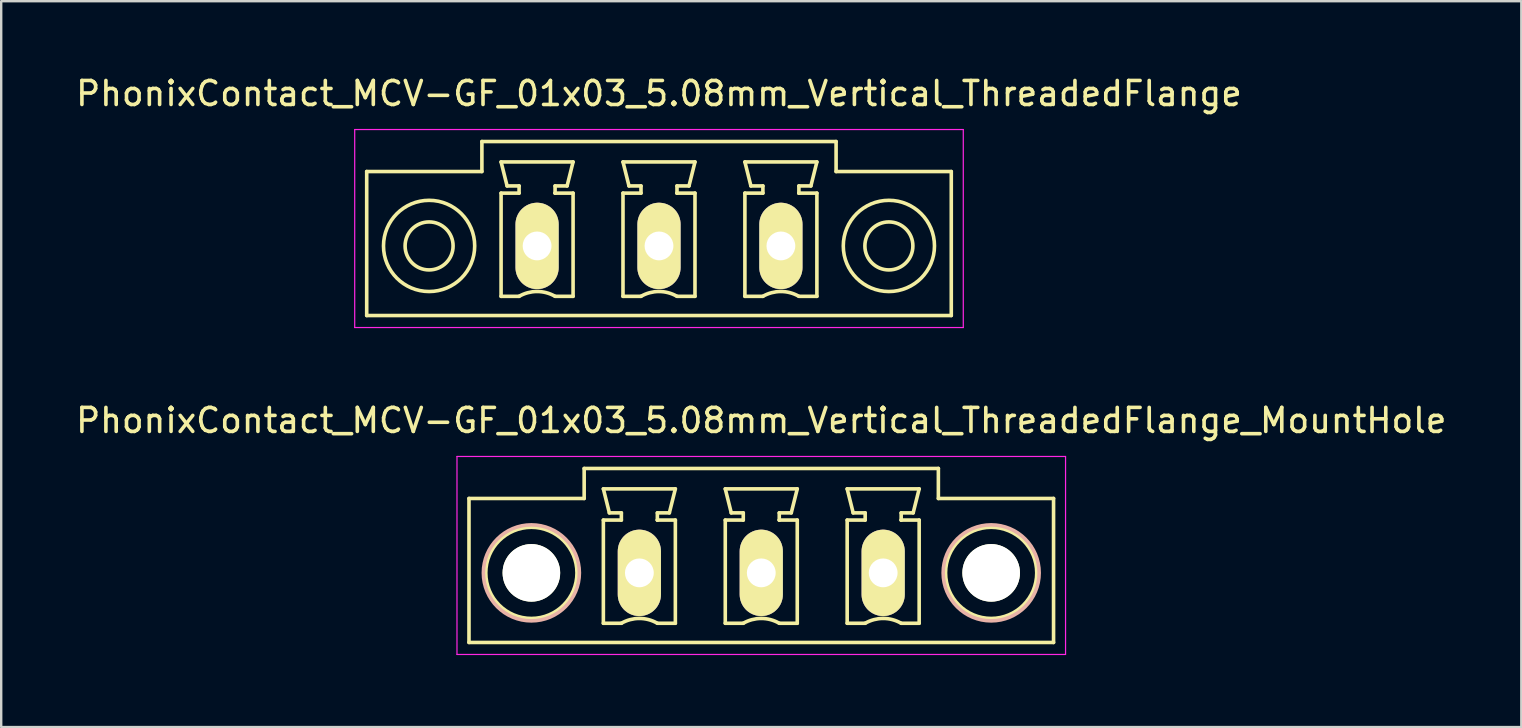
<source format=kicad_pcb>
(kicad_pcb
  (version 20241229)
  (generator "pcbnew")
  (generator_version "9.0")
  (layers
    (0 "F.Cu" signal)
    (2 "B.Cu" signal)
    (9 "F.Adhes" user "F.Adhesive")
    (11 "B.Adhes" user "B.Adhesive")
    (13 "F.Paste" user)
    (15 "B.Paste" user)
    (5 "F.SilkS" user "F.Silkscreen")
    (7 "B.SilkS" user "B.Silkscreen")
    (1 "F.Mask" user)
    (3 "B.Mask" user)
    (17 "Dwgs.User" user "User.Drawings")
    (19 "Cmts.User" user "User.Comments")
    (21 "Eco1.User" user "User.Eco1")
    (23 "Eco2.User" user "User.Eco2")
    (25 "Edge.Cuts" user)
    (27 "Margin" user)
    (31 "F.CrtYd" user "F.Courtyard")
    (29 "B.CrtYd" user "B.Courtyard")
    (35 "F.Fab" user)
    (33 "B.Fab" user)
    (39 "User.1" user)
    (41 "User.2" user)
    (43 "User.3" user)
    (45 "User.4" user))
  (footprint "PhonixContact_MCV-GF_01x03_5.08mm_Vertical_ThreadedFlange_MountHole"
    (layer "F.Cu")
    (at 23.593 20.822)
    (property "Reference" "PhonixContact_MCV-GF_01x03_5.08mm_Vertical_ThreadedFlange_MountHole" (at 5.08 -6.35 0) (layer "F.SilkS") (effects (font (size 1 1) (thickness 0.15))))
    (attr through_hole)
    (fp_line (start -7.1 -3.1) (end -7.1 2.9) (stroke (width 0.15) (type solid)) (layer "F.SilkS"))
    (fp_line (start -7.1 2.9) (end 17.26 2.9) (stroke (width 0.15) (type solid)) (layer "F.SilkS"))
    (fp_line (start -2.3 -4.35) (end -2.3 -3.1) (stroke (width 0.15) (type solid)) (layer "F.SilkS"))
    (fp_line (start -2.3 -3.1) (end -7.1 -3.1) (stroke (width 0.15) (type solid)) (layer "F.SilkS"))
    (fp_line (start -1.5 -3.5) (end 1.5 -3.5) (stroke (width 0.15) (type solid)) (layer "F.SilkS"))
    (fp_line (start -1.5 -2.2) (end -0.75 -2.2) (stroke (width 0.15) (type solid)) (layer "F.SilkS"))
    (fp_line (start -1.5 2.1) (end -1.5 -2.2) (stroke (width 0.15) (type solid)) (layer "F.SilkS"))
    (fp_line (start -1.25 -2.5) (end -1.5 -3.5) (stroke (width 0.15) (type solid)) (layer "F.SilkS"))
    (fp_line (start -0.75 -2.5) (end -1.25 -2.5) (stroke (width 0.15) (type solid)) (layer "F.SilkS"))
    (fp_line (start -0.75 -2.2) (end -0.75 -2.5) (stroke (width 0.15) (type solid)) (layer "F.SilkS"))
    (fp_line (start -0.75 2.1) (end -1.5 2.1) (stroke (width 0.15) (type solid)) (layer "F.SilkS"))
    (fp_line (start 0.75 -2.5) (end 0.75 -2.2) (stroke (width 0.15) (type solid)) (layer "F.SilkS"))
    (fp_line (start 0.75 -2.2) (end 0.75 -2.2) (stroke (width 0.15) (type solid)) (layer "F.SilkS"))
    (fp_line (start 0.75 -2.2) (end 1.5 -2.2) (stroke (width 0.15) (type solid)) (layer "F.SilkS"))
    (fp_line (start 1.25 -2.5) (end 0.75 -2.5) (stroke (width 0.15) (type solid)) (layer "F.SilkS"))
    (fp_line (start 1.5 -3.5) (end 1.25 -2.5) (stroke (width 0.15) (type solid)) (layer "F.SilkS"))
    (fp_line (start 1.5 -2.2) (end 1.5 2.1) (stroke (width 0.15) (type solid)) (layer "F.SilkS"))
    (fp_line (start 1.5 2.1) (end 0.75 2.1) (stroke (width 0.15) (type solid)) (layer "F.SilkS"))
    (fp_line (start 3.58 -3.5) (end 6.58 -3.5) (stroke (width 0.15) (type solid)) (layer "F.SilkS"))
    (fp_line (start 3.58 -2.2) (end 4.33 -2.2) (stroke (width 0.15) (type solid)) (layer "F.SilkS"))
    (fp_line (start 3.58 2.1) (end 3.58 -2.2) (stroke (width 0.15) (type solid)) (layer "F.SilkS"))
    (fp_line (start 3.83 -2.5) (end 3.58 -3.5) (stroke (width 0.15) (type solid)) (layer "F.SilkS"))
    (fp_line (start 4.33 -2.5) (end 3.83 -2.5) (stroke (width 0.15) (type solid)) (layer "F.SilkS"))
    (fp_line (start 4.33 -2.2) (end 4.33 -2.5) (stroke (width 0.15) (type solid)) (layer "F.SilkS"))
    (fp_line (start 4.33 2.1) (end 3.58 2.1) (stroke (width 0.15) (type solid)) (layer "F.SilkS"))
    (fp_line (start 5.83 -2.5) (end 5.83 -2.2) (stroke (width 0.15) (type solid)) (layer "F.SilkS"))
    (fp_line (start 5.83 -2.2) (end 5.83 -2.2) (stroke (width 0.15) (type solid)) (layer "F.SilkS"))
    (fp_line (start 5.83 -2.2) (end 6.58 -2.2) (stroke (width 0.15) (type solid)) (layer "F.SilkS"))
    (fp_line (start 6.33 -2.5) (end 5.83 -2.5) (stroke (width 0.15) (type solid)) (layer "F.SilkS"))
    (fp_line (start 6.58 -3.5) (end 6.33 -2.5) (stroke (width 0.15) (type solid)) (layer "F.SilkS"))
    (fp_line (start 6.58 -2.2) (end 6.58 2.1) (stroke (width 0.15) (type solid)) (layer "F.SilkS"))
    (fp_line (start 6.58 2.1) (end 5.83 2.1) (stroke (width 0.15) (type solid)) (layer "F.SilkS"))
    (fp_line (start 8.66 -3.5) (end 11.66 -3.5) (stroke (width 0.15) (type solid)) (layer "F.SilkS"))
    (fp_line (start 8.66 -2.2) (end 9.41 -2.2) (stroke (width 0.15) (type solid)) (layer "F.SilkS"))
    (fp_line (start 8.66 2.1) (end 8.66 -2.2) (stroke (width 0.15) (type solid)) (layer "F.SilkS"))
    (fp_line (start 8.91 -2.5) (end 8.66 -3.5) (stroke (width 0.15) (type solid)) (layer "F.SilkS"))
    (fp_line (start 9.41 -2.5) (end 8.91 -2.5) (stroke (width 0.15) (type solid)) (layer "F.SilkS"))
    (fp_line (start 9.41 -2.2) (end 9.41 -2.5) (stroke (width 0.15) (type solid)) (layer "F.SilkS"))
    (fp_line (start 9.41 2.1) (end 8.66 2.1) (stroke (width 0.15) (type solid)) (layer "F.SilkS"))
    (fp_line (start 10.91 -2.5) (end 10.91 -2.2) (stroke (width 0.15) (type solid)) (layer "F.SilkS"))
    (fp_line (start 10.91 -2.2) (end 10.91 -2.2) (stroke (width 0.15) (type solid)) (layer "F.SilkS"))
    (fp_line (start 10.91 -2.2) (end 11.66 -2.2) (stroke (width 0.15) (type solid)) (layer "F.SilkS"))
    (fp_line (start 11.41 -2.5) (end 10.91 -2.5) (stroke (width 0.15) (type solid)) (layer "F.SilkS"))
    (fp_line (start 11.66 -3.5) (end 11.41 -2.5) (stroke (width 0.15) (type solid)) (layer "F.SilkS"))
    (fp_line (start 11.66 -2.2) (end 11.66 2.1) (stroke (width 0.15) (type solid)) (layer "F.SilkS"))
    (fp_line (start 11.66 2.1) (end 10.91 2.1) (stroke (width 0.15) (type solid)) (layer "F.SilkS"))
    (fp_line (start 12.46 -4.35) (end -2.3 -4.35) (stroke (width 0.15) (type solid)) (layer "F.SilkS"))
    (fp_line (start 12.46 -3.1) (end 12.46 -4.35) (stroke (width 0.15) (type solid)) (layer "F.SilkS"))
    (fp_line (start 17.26 -3.1) (end 12.46 -3.1) (stroke (width 0.15) (type solid)) (layer "F.SilkS"))
    (fp_line (start 17.26 2.9) (end 17.26 -3.1) (stroke (width 0.15) (type solid)) (layer "F.SilkS"))
    (fp_arc (start -0.75 2.1) (mid -0.006068 1.899179) (end 0.739464 2.093978) (stroke (width 0.15) (type solid)) (layer "F.SilkS"))
    (fp_arc (start 4.33 2.1) (mid 5.073932 1.899179) (end 5.819464 2.093978) (stroke (width 0.15) (type solid)) (layer "F.SilkS"))
    (fp_arc (start 9.41 2.1) (mid 10.153932 1.899179) (end 10.899464 2.093978) (stroke (width 0.15) (type solid)) (layer "F.SilkS"))
    (fp_circle (center -4.5 0) (end -2.6 0) (stroke (width 0.15) (type solid)) (fill no) (layer "F.SilkS"))
    (fp_circle (center 14.66 0) (end 16.56 0) (stroke (width 0.15) (type solid)) (fill no) (layer "F.SilkS"))
    (fp_circle (center -4.5 0) (end -2.5 0) (stroke (width 0.15) (type solid)) (fill no) (layer "B.SilkS"))
    (fp_circle (center 14.66 0) (end 16.66 0) (stroke (width 0.15) (type solid)) (fill no) (layer "B.SilkS"))
    (fp_line (start -7.6 -4.85) (end -7.6 3.4) (stroke (width 0.05) (type solid)) (layer "F.CrtYd"))
    (fp_line (start -7.6 3.4) (end 17.76 3.4) (stroke (width 0.05) (type solid)) (layer "F.CrtYd"))
    (fp_line (start 17.76 -4.85) (end -7.6 -4.85) (stroke (width 0.05) (type solid)) (layer "F.CrtYd"))
    (fp_line (start 17.76 3.4) (end 17.76 -4.85) (stroke (width 0.05) (type solid)) (layer "F.CrtYd"))
    (pad "" np_thru_hole circle (at -4.5 0) (size 2.4 2.4) (drill 2.4) (layers "*.Cu" "*.Mask" "F.SilkS"))
    (pad "" np_thru_hole circle (at 14.66 0) (size 2.4 2.4) (drill 2.4) (layers "*.Cu" "*.Mask" "F.SilkS"))
    (pad "1" thru_hole oval (at 0 0) (size 1.8 3.6) (drill 1.2) (layers "*.Cu" "*.Mask" "F.SilkS"))
    (pad "2" thru_hole oval (at 5.08 0) (size 1.8 3.6) (drill 1.2) (layers "*.Cu" "*.Mask" "F.SilkS"))
    (pad "3" thru_hole oval (at 10.16 0) (size 1.8 3.6) (drill 1.2) (layers "*.Cu" "*.Mask" "F.SilkS")))
  (footprint "PhonixContact_MCV-GF_01x03_5.08mm_Vertical_ThreadedFlange"
    (layer "F.Cu")
    (at 19.331 7.198)
    (property "Reference" "PhonixContact_MCV-GF_01x03_5.08mm_Vertical_ThreadedFlange" (at 5.08 -6.35 0) (layer "F.SilkS") (effects (font (size 1 1) (thickness 0.15))))
    (attr through_hole)
    (fp_line (start -7.1 -3.1) (end -7.1 2.9) (stroke (width 0.15) (type solid)) (layer "F.SilkS"))
    (fp_line (start -7.1 2.9) (end 17.26 2.9) (stroke (width 0.15) (type solid)) (layer "F.SilkS"))
    (fp_line (start -2.3 -4.35) (end -2.3 -3.1) (stroke (width 0.15) (type solid)) (layer "F.SilkS"))
    (fp_line (start -2.3 -3.1) (end -7.1 -3.1) (stroke (width 0.15) (type solid)) (layer "F.SilkS"))
    (fp_line (start -1.5 -3.5) (end 1.5 -3.5) (stroke (width 0.15) (type solid)) (layer "F.SilkS"))
    (fp_line (start -1.5 -2.2) (end -0.75 -2.2) (stroke (width 0.15) (type solid)) (layer "F.SilkS"))
    (fp_line (start -1.5 2.1) (end -1.5 -2.2) (stroke (width 0.15) (type solid)) (layer "F.SilkS"))
    (fp_line (start -1.25 -2.5) (end -1.5 -3.5) (stroke (width 0.15) (type solid)) (layer "F.SilkS"))
    (fp_line (start -0.75 -2.5) (end -1.25 -2.5) (stroke (width 0.15) (type solid)) (layer "F.SilkS"))
    (fp_line (start -0.75 -2.2) (end -0.75 -2.5) (stroke (width 0.15) (type solid)) (layer "F.SilkS"))
    (fp_line (start -0.75 2.1) (end -1.5 2.1) (stroke (width 0.15) (type solid)) (layer "F.SilkS"))
    (fp_line (start 0.75 -2.5) (end 0.75 -2.2) (stroke (width 0.15) (type solid)) (layer "F.SilkS"))
    (fp_line (start 0.75 -2.2) (end 0.75 -2.2) (stroke (width 0.15) (type solid)) (layer "F.SilkS"))
    (fp_line (start 0.75 -2.2) (end 1.5 -2.2) (stroke (width 0.15) (type solid)) (layer "F.SilkS"))
    (fp_line (start 1.25 -2.5) (end 0.75 -2.5) (stroke (width 0.15) (type solid)) (layer "F.SilkS"))
    (fp_line (start 1.5 -3.5) (end 1.25 -2.5) (stroke (width 0.15) (type solid)) (layer "F.SilkS"))
    (fp_line (start 1.5 -2.2) (end 1.5 2.1) (stroke (width 0.15) (type solid)) (layer "F.SilkS"))
    (fp_line (start 1.5 2.1) (end 0.75 2.1) (stroke (width 0.15) (type solid)) (layer "F.SilkS"))
    (fp_line (start 3.58 -3.5) (end 6.58 -3.5) (stroke (width 0.15) (type solid)) (layer "F.SilkS"))
    (fp_line (start 3.58 -2.2) (end 4.33 -2.2) (stroke (width 0.15) (type solid)) (layer "F.SilkS"))
    (fp_line (start 3.58 2.1) (end 3.58 -2.2) (stroke (width 0.15) (type solid)) (layer "F.SilkS"))
    (fp_line (start 3.83 -2.5) (end 3.58 -3.5) (stroke (width 0.15) (type solid)) (layer "F.SilkS"))
    (fp_line (start 4.33 -2.5) (end 3.83 -2.5) (stroke (width 0.15) (type solid)) (layer "F.SilkS"))
    (fp_line (start 4.33 -2.2) (end 4.33 -2.5) (stroke (width 0.15) (type solid)) (layer "F.SilkS"))
    (fp_line (start 4.33 2.1) (end 3.58 2.1) (stroke (width 0.15) (type solid)) (layer "F.SilkS"))
    (fp_line (start 5.83 -2.5) (end 5.83 -2.2) (stroke (width 0.15) (type solid)) (layer "F.SilkS"))
    (fp_line (start 5.83 -2.2) (end 5.83 -2.2) (stroke (width 0.15) (type solid)) (layer "F.SilkS"))
    (fp_line (start 5.83 -2.2) (end 6.58 -2.2) (stroke (width 0.15) (type solid)) (layer "F.SilkS"))
    (fp_line (start 6.33 -2.5) (end 5.83 -2.5) (stroke (width 0.15) (type solid)) (layer "F.SilkS"))
    (fp_line (start 6.58 -3.5) (end 6.33 -2.5) (stroke (width 0.15) (type solid)) (layer "F.SilkS"))
    (fp_line (start 6.58 -2.2) (end 6.58 2.1) (stroke (width 0.15) (type solid)) (layer "F.SilkS"))
    (fp_line (start 6.58 2.1) (end 5.83 2.1) (stroke (width 0.15) (type solid)) (layer "F.SilkS"))
    (fp_line (start 8.66 -3.5) (end 11.66 -3.5) (stroke (width 0.15) (type solid)) (layer "F.SilkS"))
    (fp_line (start 8.66 -2.2) (end 9.41 -2.2) (stroke (width 0.15) (type solid)) (layer "F.SilkS"))
    (fp_line (start 8.66 2.1) (end 8.66 -2.2) (stroke (width 0.15) (type solid)) (layer "F.SilkS"))
    (fp_line (start 8.91 -2.5) (end 8.66 -3.5) (stroke (width 0.15) (type solid)) (layer "F.SilkS"))
    (fp_line (start 9.41 -2.5) (end 8.91 -2.5) (stroke (width 0.15) (type solid)) (layer "F.SilkS"))
    (fp_line (start 9.41 -2.2) (end 9.41 -2.5) (stroke (width 0.15) (type solid)) (layer "F.SilkS"))
    (fp_line (start 9.41 2.1) (end 8.66 2.1) (stroke (width 0.15) (type solid)) (layer "F.SilkS"))
    (fp_line (start 10.91 -2.5) (end 10.91 -2.2) (stroke (width 0.15) (type solid)) (layer "F.SilkS"))
    (fp_line (start 10.91 -2.2) (end 10.91 -2.2) (stroke (width 0.15) (type solid)) (layer "F.SilkS"))
    (fp_line (start 10.91 -2.2) (end 11.66 -2.2) (stroke (width 0.15) (type solid)) (layer "F.SilkS"))
    (fp_line (start 11.41 -2.5) (end 10.91 -2.5) (stroke (width 0.15) (type solid)) (layer "F.SilkS"))
    (fp_line (start 11.66 -3.5) (end 11.41 -2.5) (stroke (width 0.15) (type solid)) (layer "F.SilkS"))
    (fp_line (start 11.66 -2.2) (end 11.66 2.1) (stroke (width 0.15) (type solid)) (layer "F.SilkS"))
    (fp_line (start 11.66 2.1) (end 10.91 2.1) (stroke (width 0.15) (type solid)) (layer "F.SilkS"))
    (fp_line (start 12.46 -4.35) (end -2.3 -4.35) (stroke (width 0.15) (type solid)) (layer "F.SilkS"))
    (fp_line (start 12.46 -3.1) (end 12.46 -4.35) (stroke (width 0.15) (type solid)) (layer "F.SilkS"))
    (fp_line (start 17.26 -3.1) (end 12.46 -3.1) (stroke (width 0.15) (type solid)) (layer "F.SilkS"))
    (fp_line (start 17.26 2.9) (end 17.26 -3.1) (stroke (width 0.15) (type solid)) (layer "F.SilkS"))
    (fp_arc (start -0.75 2.1) (mid -0.006068 1.899179) (end 0.739464 2.093978) (stroke (width 0.15) (type solid)) (layer "F.SilkS"))
    (fp_arc (start 4.33 2.1) (mid 5.073932 1.899179) (end 5.819464 2.093978) (stroke (width 0.15) (type solid)) (layer "F.SilkS"))
    (fp_arc (start 9.41 2.1) (mid 10.153932 1.899179) (end 10.899464 2.093978) (stroke (width 0.15) (type solid)) (layer "F.SilkS"))
    (fp_circle (center -4.5 0) (end -3.5 0) (stroke (width 0.15) (type solid)) (fill no) (layer "F.SilkS"))
    (fp_circle (center -4.5 0) (end -2.6 0) (stroke (width 0.15) (type solid)) (fill no) (layer "F.SilkS"))
    (fp_circle (center 14.66 0) (end 15.66 0) (stroke (width 0.15) (type solid)) (fill no) (layer "F.SilkS"))
    (fp_circle (center 14.66 0) (end 16.56 0) (stroke (width 0.15) (type solid)) (fill no) (layer "F.SilkS"))
    (fp_line (start -7.6 -4.85) (end -7.6 3.4) (stroke (width 0.05) (type solid)) (layer "F.CrtYd"))
    (fp_line (start -7.6 3.4) (end 17.76 3.4) (stroke (width 0.05) (type solid)) (layer "F.CrtYd"))
    (fp_line (start 17.76 -4.85) (end -7.6 -4.85) (stroke (width 0.05) (type solid)) (layer "F.CrtYd"))
    (fp_line (start 17.76 3.4) (end 17.76 -4.85) (stroke (width 0.05) (type solid)) (layer "F.CrtYd"))
    (pad "1" thru_hole oval (at 0 0) (size 1.8 3.6) (drill 1.2) (layers "*.Cu" "*.Mask" "F.SilkS"))
    (pad "2" thru_hole oval (at 5.08 0) (size 1.8 3.6) (drill 1.2) (layers "*.Cu" "*.Mask" "F.SilkS"))
    (pad "3" thru_hole oval (at 10.16 0) (size 1.8 3.6) (drill 1.2) (layers "*.Cu" "*.Mask" "F.SilkS")))
  (gr_rect
    (start -3 -3)
    (end 60.345 27.247)
    (stroke (width 0.1) (type default))
    (fill no)
    (layer "Edge.Cuts")))
</source>
